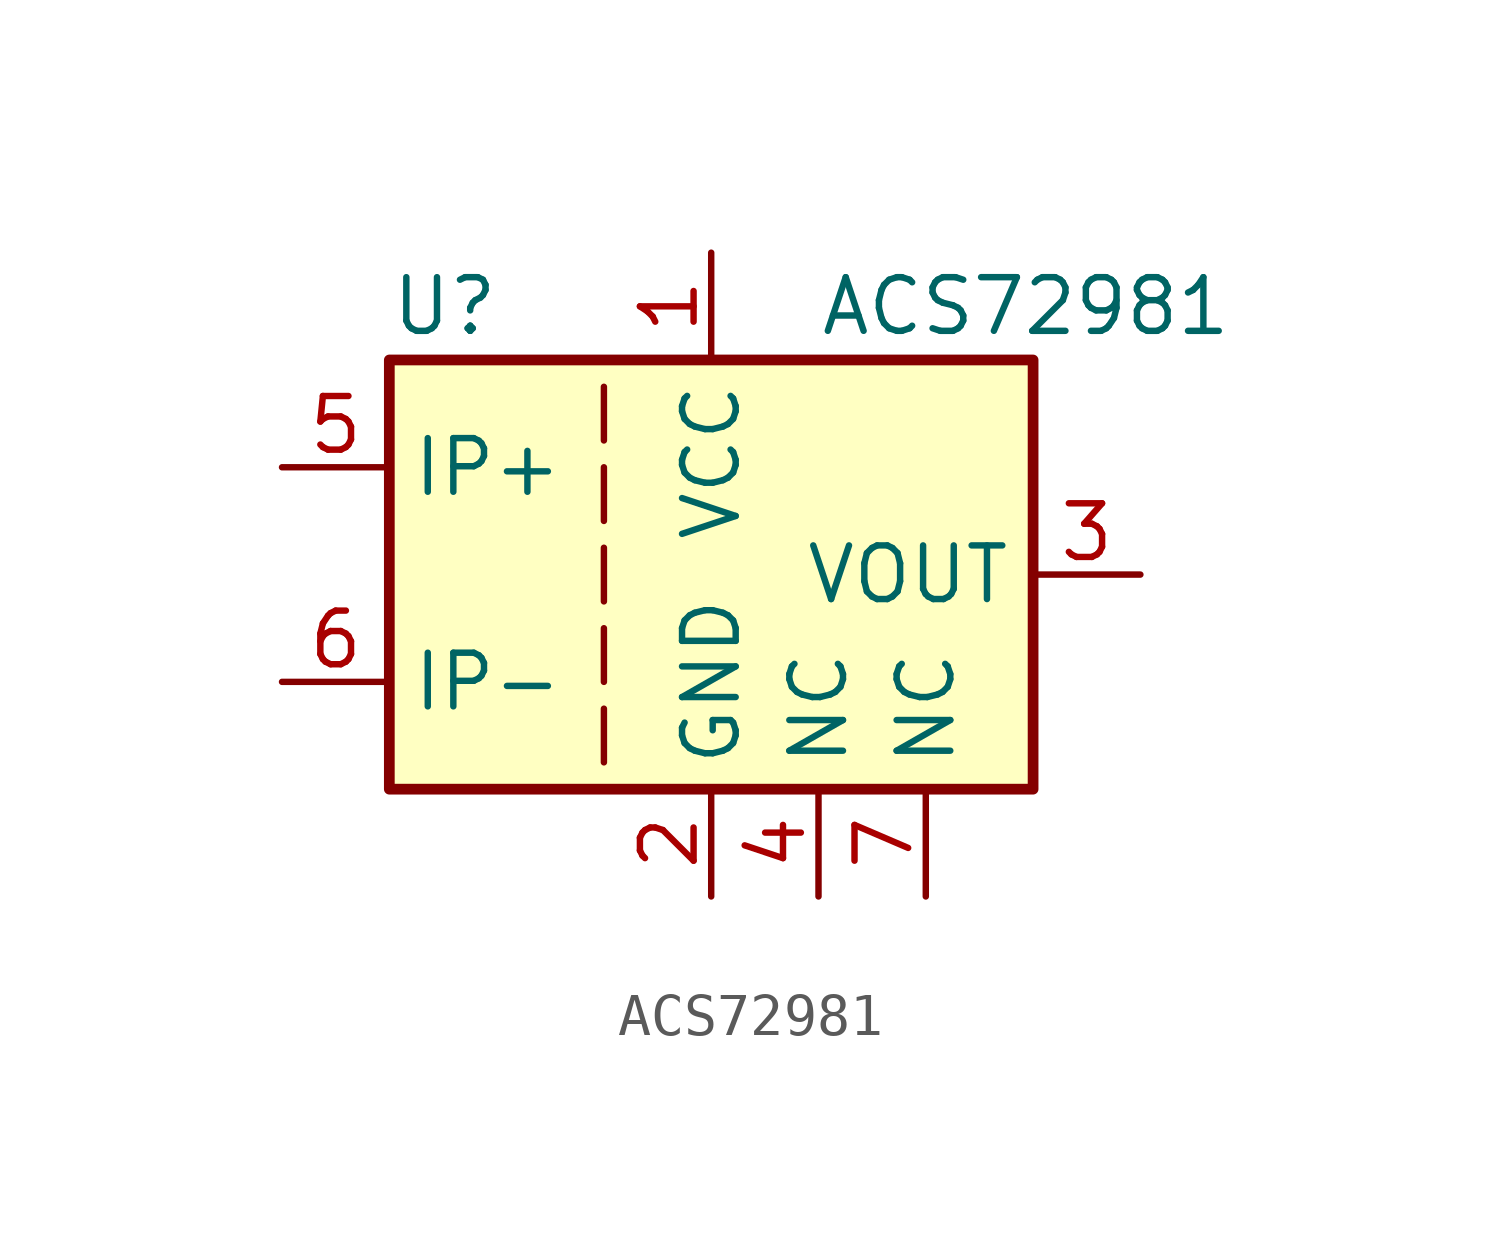
<source format=kicad_sym>
(kicad_symbol_lib
  (version 20220914)
  (generator kicad_symbol_editor)
  (symbol "ACS72981"
    (property "Reference" "U"
      (at -7.62 6.35 0)
      (effects (font (size 1.27 1.27)) (justify left)))
    (property "Value" "ACS72981"
      (at 2.54 6.35 0)
      (effects (font (size 1.27 1.27)) (justify left)))
    (symbol "ACS72981_0_1"
      (rectangle (start -7.62 5.08) (end 7.62 -5.08) (stroke (width 0.254) (type default)) (fill (type background)))
      (polyline (pts (xy -2.54 -3.175) (xy -2.54 -4.445)) (stroke (width 0) (type default)) (fill (type none)))
      (polyline (pts (xy -2.54 -1.27) (xy -2.54 -2.54)) (stroke (width 0) (type default)) (fill (type none)))
      (polyline (pts (xy -2.54 0.635) (xy -2.54 -0.635)) (stroke (width 0) (type default)) (fill (type none)))
      (polyline (pts (xy -2.54 1.27) (xy -2.54 2.54)) (stroke (width 0) (type default)) (fill (type none)))
      (polyline (pts (xy -2.54 3.175) (xy -2.54 4.445)) (stroke (width 0) (type default)) (fill (type none))))
    (symbol "ACS72981_1_1"
      (pin power_in line (at 0 7.62 270) (length 2.54) (name "VCC" (effects (font (size 1.27 1.27)))) (number "1" (effects (font (size 1.27 1.27)))))
      (pin power_in line (at 0 -7.62 90) (length 2.54) (name "GND" (effects (font (size 1.27 1.27)))) (number "2" (effects (font (size 1.27 1.27)))))
      (pin output line (at 10.16 0 180) (length 2.54) (name "VOUT" (effects (font (size 1.27 1.27)))) (number "3" (effects (font (size 1.27 1.27)))))
      (pin passive line (at 2.54 -7.62 90) (length 2.54) (name "NC" (effects (font (size 1.27 1.27)))) (number "4" (effects (font (size 1.27 1.27)))))
      (pin passive line (at -10.16 2.54 0) (length 2.54) (name "IP+" (effects (font (size 1.27 1.27)))) (number "5" (effects (font (size 1.27 1.27)))))
      (pin passive line (at -10.16 -2.54 0) (length 2.54) (name "IP-" (effects (font (size 1.27 1.27)))) (number "6" (effects (font (size 1.27 1.27)))))
      (pin passive line (at 5.08 -7.62 90) (length 2.54) (name "NC" (effects (font (size 1.27 1.27)))) (number "7" (effects (font (size 1.27 1.27))))))))
</source>
